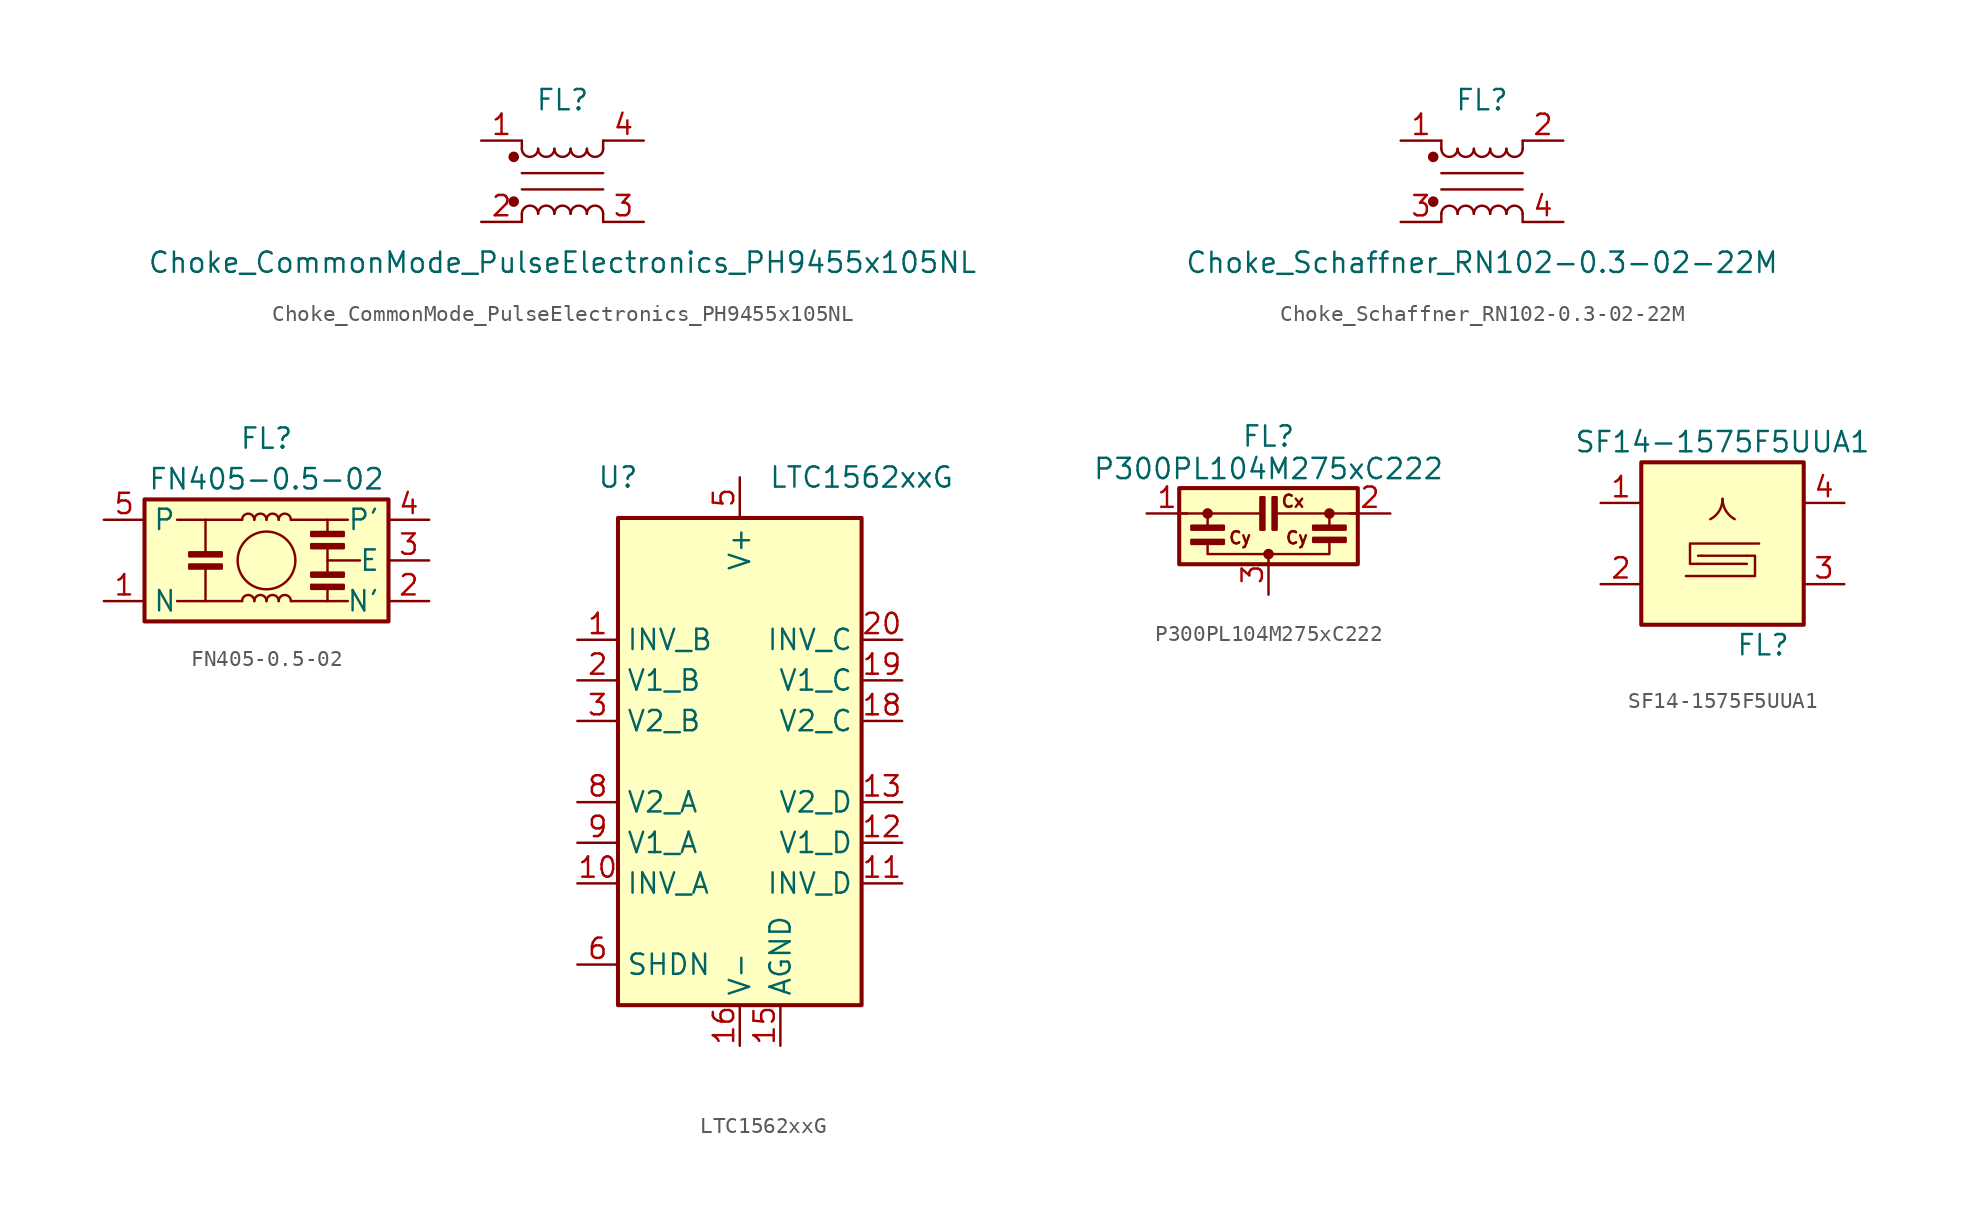
<source format=kicad_sym>
(kicad_symbol_lib
  (version 20241209)
  (generator "kicad_symbol_editor")
  (generator_version "9.0")
  (symbol "Choke_CommonMode_PulseElectronics_PH9455x105NL"
    (pin_names
      (hide yes))
    (property "Reference" "FL"
      (at 0 5.08 0)
      (effects (font (size 1.27 1.27))))
    (property "Value" "Choke_CommonMode_PulseElectronics_PH9455x105NL"
      (at 0 -5.08 0)
      (effects (font (size 1.27 1.27))))
    (symbol "Choke_CommonMode_PulseElectronics_PH9455x105NL_1_1"
      (circle (center -3.048 1.524) (radius 0.254) (stroke (width 0) (type default)) (fill (type outline)))
      (circle (center -3.048 -1.27) (radius 0.254) (stroke (width 0) (type default)) (fill (type outline)))
      (polyline (pts (xy -2.54 2.032) (xy -2.54 2.54)) (stroke (width 0) (type default)) (fill (type none)))
      (polyline (pts (xy -2.54 0.508) (xy 2.54 0.508)) (stroke (width 0) (type default)) (fill (type none)))
      (polyline (pts (xy -2.54 -2.032) (xy -2.54 -2.54)) (stroke (width 0) (type default)) (fill (type none)))
      (arc (start -1.524 2.032) (mid -2.032 1.5262) (end -2.54 2.032) (stroke (width 0) (type default)) (fill (type none)))
      (arc (start -2.54 -2.032) (mid -2.032 -1.5262) (end -1.524 -2.032) (stroke (width 0) (type default)) (fill (type none)))
      (arc (start -0.508 2.032) (mid -1.016 1.5262) (end -1.524 2.032) (stroke (width 0) (type default)) (fill (type none)))
      (arc (start -1.524 -2.032) (mid -1.016 -1.5262) (end -0.508 -2.032) (stroke (width 0) (type default)) (fill (type none)))
      (arc (start 0.508 2.032) (mid 0 1.5262) (end -0.508 2.032) (stroke (width 0) (type default)) (fill (type none)))
      (arc (start -0.508 -2.032) (mid 0 -1.5262) (end 0.508 -2.032) (stroke (width 0) (type default)) (fill (type none)))
      (arc (start 1.524 2.032) (mid 1.016 1.5262) (end 0.508 2.032) (stroke (width 0) (type default)) (fill (type none)))
      (arc (start 0.508 -2.032) (mid 1.016 -1.5262) (end 1.524 -2.032) (stroke (width 0) (type default)) (fill (type none)))
      (arc (start 2.54 2.032) (mid 2.032 1.5262) (end 1.524 2.032) (stroke (width 0) (type default)) (fill (type none)))
      (arc (start 1.524 -2.032) (mid 2.032 -1.5262) (end 2.54 -2.032) (stroke (width 0) (type default)) (fill (type none)))
      (polyline (pts (xy 2.54 2.54) (xy 2.54 2.032)) (stroke (width 0) (type default)) (fill (type none)))
      (polyline (pts (xy 2.54 -0.508) (xy -2.54 -0.508)) (stroke (width 0) (type default)) (fill (type none)))
      (polyline (pts (xy 2.54 -2.032) (xy 2.54 -2.54)) (stroke (width 0) (type default)) (fill (type none)))
      (pin passive line (at -5.08 2.54 0) (length 2.54) (name "1" (effects (font (size 1.27 1.27)))) (number "1" (effects (font (size 1.27 1.27)))))
      (pin passive line (at -5.08 -2.54 0) (length 2.54) (name "2" (effects (font (size 1.27 1.27)))) (number "2" (effects (font (size 1.27 1.27)))))
      (pin passive line (at 5.08 2.54 180) (length 2.54) (name "4" (effects (font (size 1.27 1.27)))) (number "4" (effects (font (size 1.27 1.27)))))
      (pin passive line (at 5.08 -2.54 180) (length 2.54) (name "3" (effects (font (size 1.27 1.27)))) (number "3" (effects (font (size 1.27 1.27)))))))
  (symbol "Choke_Schaffner_RN102-0.3-02-22M"
    (pin_names
      (hide yes))
    (property "Reference" "FL"
      (at 0 5.08 0)
      (effects (font (size 1.27 1.27))))
    (property "Value" "Choke_Schaffner_RN102-0.3-02-22M"
      (at 0 -5.08 0)
      (effects (font (size 1.27 1.27))))
    (symbol "Choke_Schaffner_RN102-0.3-02-22M_1_1"
      (circle (center -3.048 1.524) (radius 0.254) (stroke (width 0) (type default)) (fill (type outline)))
      (circle (center -3.048 -1.27) (radius 0.254) (stroke (width 0) (type default)) (fill (type outline)))
      (polyline (pts (xy -2.54 2.032) (xy -2.54 2.54)) (stroke (width 0) (type default)) (fill (type none)))
      (polyline (pts (xy -2.54 0.508) (xy 2.54 0.508)) (stroke (width 0) (type default)) (fill (type none)))
      (polyline (pts (xy -2.54 -2.032) (xy -2.54 -2.54)) (stroke (width 0) (type default)) (fill (type none)))
      (arc (start -1.524 2.032) (mid -2.032 1.5262) (end -2.54 2.032) (stroke (width 0) (type default)) (fill (type none)))
      (arc (start -2.54 -2.032) (mid -2.032 -1.5262) (end -1.524 -2.032) (stroke (width 0) (type default)) (fill (type none)))
      (arc (start -0.508 2.032) (mid -1.016 1.5262) (end -1.524 2.032) (stroke (width 0) (type default)) (fill (type none)))
      (arc (start -1.524 -2.032) (mid -1.016 -1.5262) (end -0.508 -2.032) (stroke (width 0) (type default)) (fill (type none)))
      (arc (start 0.508 2.032) (mid 0 1.5262) (end -0.508 2.032) (stroke (width 0) (type default)) (fill (type none)))
      (arc (start -0.508 -2.032) (mid 0 -1.5262) (end 0.508 -2.032) (stroke (width 0) (type default)) (fill (type none)))
      (arc (start 1.524 2.032) (mid 1.016 1.5262) (end 0.508 2.032) (stroke (width 0) (type default)) (fill (type none)))
      (arc (start 0.508 -2.032) (mid 1.016 -1.5262) (end 1.524 -2.032) (stroke (width 0) (type default)) (fill (type none)))
      (arc (start 2.54 2.032) (mid 2.032 1.5262) (end 1.524 2.032) (stroke (width 0) (type default)) (fill (type none)))
      (arc (start 1.524 -2.032) (mid 2.032 -1.5262) (end 2.54 -2.032) (stroke (width 0) (type default)) (fill (type none)))
      (polyline (pts (xy 2.54 2.54) (xy 2.54 2.032)) (stroke (width 0) (type default)) (fill (type none)))
      (polyline (pts (xy 2.54 -0.508) (xy -2.54 -0.508)) (stroke (width 0) (type default)) (fill (type none)))
      (polyline (pts (xy 2.54 -2.032) (xy 2.54 -2.54)) (stroke (width 0) (type default)) (fill (type none)))
      (pin passive line (at -5.08 2.54 0) (length 2.54) (name "1" (effects (font (size 1.27 1.27)))) (number "1" (effects (font (size 1.27 1.27)))))
      (pin passive line (at -5.08 -2.54 0) (length 2.54) (name "3" (effects (font (size 1.27 1.27)))) (number "3" (effects (font (size 1.27 1.27)))))
      (pin passive line (at 5.08 2.54 180) (length 2.54) (name "2" (effects (font (size 1.27 1.27)))) (number "2" (effects (font (size 1.27 1.27)))))
      (pin passive line (at 5.08 -2.54 180) (length 2.54) (name "4" (effects (font (size 1.27 1.27)))) (number "4" (effects (font (size 1.27 1.27)))))))
  (symbol "FN405-0.5-02"
    (property "Reference" "FL"
      (at 0 7.62 0)
      (effects (font (size 1.27 1.27))))
    (property "Value" "FN405-0.5-02"
      (at 0 5.08 0)
      (effects (font (size 1.27 1.27))))
    (symbol "FN405-0.5-02_0_1"
      (rectangle (start -7.62 3.81) (end 7.62 -3.81) (stroke (width 0.254) (type default)) (fill (type background)))
      (rectangle (start -4.826 0.254) (end -2.794 0.508) (stroke (width 0) (type default)) (fill (type outline)))
      (rectangle (start -4.826 -0.254) (end -2.794 -0.508) (stroke (width 0) (type default)) (fill (type outline)))
      (polyline (pts (xy -3.81 0.508) (xy -3.81 2.54)) (stroke (width 0) (type default)) (fill (type none)))
      (polyline (pts (xy -3.81 -0.508) (xy -3.81 -2.54)) (stroke (width 0) (type default)) (fill (type none)))
      (polyline (pts (xy -1.524 2.54) (xy -5.588 2.54)) (stroke (width 0) (type default)) (fill (type none)))
      (polyline (pts (xy -1.524 -2.54) (xy -5.588 -2.54)) (stroke (width 0) (type default)) (fill (type none)))
      (arc (start -1.524 2.54) (mid -1.143 2.9194) (end -0.762 2.54) (stroke (width 0) (type default)) (fill (type none)))
      (arc (start -1.524 -2.54) (mid -1.143 -2.1606) (end -0.762 -2.54) (stroke (width 0) (type default)) (fill (type none)))
      (arc (start -0.762 2.54) (mid -0.381 2.9194) (end 0 2.54) (stroke (width 0) (type default)) (fill (type none)))
      (arc (start -0.762 -2.54) (mid -0.381 -2.1606) (end 0 -2.54) (stroke (width 0) (type default)) (fill (type none)))
      (circle (center 0 0) (radius 1.803) (stroke (width 0) (type default)) (fill (type none)))
      (arc (start 0 2.54) (mid 0.381 2.9194) (end 0.762 2.54) (stroke (width 0) (type default)) (fill (type none)))
      (arc (start 0 -2.54) (mid 0.381 -2.1606) (end 0.762 -2.54) (stroke (width 0) (type default)) (fill (type none)))
      (arc (start 0.762 2.54) (mid 1.143 2.9194) (end 1.524 2.54) (stroke (width 0) (type default)) (fill (type none)))
      (arc (start 0.762 -2.54) (mid 1.143 -2.1606) (end 1.524 -2.54) (stroke (width 0) (type default)) (fill (type none)))
      (polyline (pts (xy 1.524 -2.54) (xy 5.08 -2.54)) (stroke (width 0) (type default)) (fill (type none)))
      (rectangle (start 2.794 1.524) (end 4.826 1.778) (stroke (width 0) (type default)) (fill (type outline)))
      (rectangle (start 2.794 1.016) (end 4.826 0.762) (stroke (width 0) (type default)) (fill (type outline)))
      (rectangle (start 2.794 -1.016) (end 4.826 -0.762) (stroke (width 0) (type default)) (fill (type outline)))
      (rectangle (start 2.794 -1.524) (end 4.826 -1.778) (stroke (width 0) (type default)) (fill (type outline)))
      (polyline (pts (xy 3.81 1.778) (xy 3.81 2.54)) (stroke (width 0) (type default)) (fill (type none)))
      (polyline (pts (xy 3.81 0.762) (xy 3.81 -0.762)) (stroke (width 0) (type default)) (fill (type none)))
      (polyline (pts (xy 3.81 0) (xy 5.842 0)) (stroke (width 0) (type default)) (fill (type none)))
      (polyline (pts (xy 3.81 -1.778) (xy 3.81 -2.54)) (stroke (width 0) (type default)) (fill (type none)))
      (polyline (pts (xy 5.08 2.54) (xy 1.524 2.54)) (stroke (width 0) (type default)) (fill (type none))))
    (symbol "FN405-0.5-02_1_1"
      (pin passive line (at -10.16 2.54 0) (length 2.54) (name "P" (effects (font (size 1.27 1.27)))) (number "5" (effects (font (size 1.27 1.27)))))
      (pin passive line (at -10.16 -2.54 0) (length 2.54) (name "N" (effects (font (size 1.27 1.27)))) (number "1" (effects (font (size 1.27 1.27)))))
      (pin passive line (at 10.16 2.54 180) (length 2.54) (name "P'" (effects (font (size 1.27 1.27)))) (number "4" (effects (font (size 1.27 1.27)))))
      (pin passive line (at 10.16 0 180) (length 2.54) (name "E" (effects (font (size 1.27 1.27)))) (number "3" (effects (font (size 1.27 1.27)))))
      (pin passive line (at 10.16 -2.54 180) (length 2.54) (name "N'" (effects (font (size 1.27 1.27)))) (number "2" (effects (font (size 1.27 1.27)))))))
  (symbol "LTC1562xxG"
    (property "Reference" "U"
      (at -7.62 17.78 0)
      (effects (font (size 1.27 1.27))))
    (property "Value" "LTC1562xxG"
      (at 7.62 17.78 0)
      (effects (font (size 1.27 1.27))))
    (symbol "LTC1562xxG_0_1"
      (rectangle (start -7.62 15.24) (end 7.62 -15.24) (stroke (width 0.254) (type default)) (fill (type background))))
    (symbol "LTC1562xxG_1_1"
      (pin input line (at -10.16 7.62 0) (length 2.54) (name "INV_B" (effects (font (size 1.27 1.27)))) (number "1" (effects (font (size 1.27 1.27)))))
      (pin output line (at -10.16 5.08 0) (length 2.54) (name "V1_B" (effects (font (size 1.27 1.27)))) (number "2" (effects (font (size 1.27 1.27)))))
      (pin output line (at -10.16 2.54 0) (length 2.54) (name "V2_B" (effects (font (size 1.27 1.27)))) (number "3" (effects (font (size 1.27 1.27)))))
      (pin output line (at -10.16 -2.54 0) (length 2.54) (name "V2_A" (effects (font (size 1.27 1.27)))) (number "8" (effects (font (size 1.27 1.27)))))
      (pin output line (at -10.16 -5.08 0) (length 2.54) (name "V1_A" (effects (font (size 1.27 1.27)))) (number "9" (effects (font (size 1.27 1.27)))))
      (pin input line (at -10.16 -7.62 0) (length 2.54) (name "INV_A" (effects (font (size 1.27 1.27)))) (number "10" (effects (font (size 1.27 1.27)))))
      (pin input line (at -10.16 -12.7 0) (length 2.54) (name "SHDN" (effects (font (size 1.27 1.27)))) (number "6" (effects (font (size 1.27 1.27)))))
      (pin power_in line (at 0 17.78 270) (length 2.54) (name "V+" (effects (font (size 1.27 1.27)))) (number "5" (effects (font (size 1.27 1.27)))))
      (pin passive line (at 0 -17.78 90) (length 2.54) (hide yes) (name "V-" (effects (font (size 1.27 1.27)))) (number "14" (effects (font (size 1.27 1.27)))))
      (pin power_in line (at 0 -17.78 90) (length 2.54) (name "V-" (effects (font (size 1.27 1.27)))) (number "16" (effects (font (size 1.27 1.27)))))
      (pin passive line (at 0 -17.78 90) (length 2.54) (hide yes) (name "V-" (effects (font (size 1.27 1.27)))) (number "17" (effects (font (size 1.27 1.27)))))
      (pin passive line (at 0 -17.78 90) (length 2.54) (hide yes) (name "V-" (effects (font (size 1.27 1.27)))) (number "4" (effects (font (size 1.27 1.27)))))
      (pin passive line (at 0 -17.78 90) (length 2.54) (hide yes) (name "V-" (effects (font (size 1.27 1.27)))) (number "7" (effects (font (size 1.27 1.27)))))
      (pin power_in line (at 2.54 -17.78 90) (length 2.54) (name "AGND" (effects (font (size 1.27 1.27)))) (number "15" (effects (font (size 1.27 1.27)))))
      (pin input line (at 10.16 7.62 180) (length 2.54) (name "INV_C" (effects (font (size 1.27 1.27)))) (number "20" (effects (font (size 1.27 1.27)))))
      (pin output line (at 10.16 5.08 180) (length 2.54) (name "V1_C" (effects (font (size 1.27 1.27)))) (number "19" (effects (font (size 1.27 1.27)))))
      (pin output line (at 10.16 2.54 180) (length 2.54) (name "V2_C" (effects (font (size 1.27 1.27)))) (number "18" (effects (font (size 1.27 1.27)))))
      (pin output line (at 10.16 -2.54 180) (length 2.54) (name "V2_D" (effects (font (size 1.27 1.27)))) (number "13" (effects (font (size 1.27 1.27)))))
      (pin output line (at 10.16 -5.08 180) (length 2.54) (name "V1_D" (effects (font (size 1.27 1.27)))) (number "12" (effects (font (size 1.27 1.27)))))
      (pin input line (at 10.16 -7.62 180) (length 2.54) (name "INV_D" (effects (font (size 1.27 1.27)))) (number "11" (effects (font (size 1.27 1.27)))))))
  (symbol "P300PL104M275xC222"
    (pin_names
      (offset 0.254)
      (hide yes))
    (property "Reference" "FL"
      (at 0 7.366 0)
      (effects (font (size 1.27 1.27))))
    (property "Value" "P300PL104M275xC222"
      (at 0 5.334 0)
      (effects (font (size 1.27 1.27))))
    (symbol "P300PL104M275xC222_0_1"
      (rectangle (start -5.588 4.128) (end 5.588 -0.635) (stroke (width 0.254) (type default)) (fill (type background)))
      (rectangle (start -4.826 1.778) (end -2.794 1.524) (stroke (width 0) (type default)) (fill (type outline)))
      (rectangle (start -4.826 0.889) (end -2.794 0.635) (stroke (width 0) (type default)) (fill (type outline)))
      (circle (center -3.81 2.54) (radius 0.254) (stroke (width 0) (type default)) (fill (type outline)))
      (polyline (pts (xy -3.81 2.54) (xy -5.588 2.54)) (stroke (width 0) (type default)) (fill (type none)))
      (polyline (pts (xy -3.81 0.635) (xy -3.81 0) (xy 3.81 0) (xy 3.81 0.762)) (stroke (width 0) (type default)) (fill (type none)))
      (rectangle (start -0.508 3.556) (end -0.254 1.524) (stroke (width 0) (type default)) (fill (type outline)))
      (polyline (pts (xy -0.508 2.54) (xy -3.81 2.54) (xy -3.81 1.778)) (stroke (width 0) (type default)) (fill (type none)))
      (circle (center 0 0) (radius 0.254) (stroke (width 0) (type default)) (fill (type outline)))
      (rectangle (start 0.254 3.556) (end 0.508 1.524) (stroke (width 0) (type default)) (fill (type outline)))
      (polyline (pts (xy 0.508 2.54) (xy 3.81 2.54) (xy 3.81 1.778)) (stroke (width 0) (type default)) (fill (type none)))
      (rectangle (start 2.794 0.762) (end 4.826 1.016) (stroke (width 0) (type default)) (fill (type outline)))
      (polyline (pts (xy 3.81 2.54) (xy 5.588 2.54)) (stroke (width 0) (type default)) (fill (type none)))
      (circle (center 3.81 2.54) (radius 0.254) (stroke (width 0) (type default)) (fill (type outline)))
      (rectangle (start 4.826 1.524) (end 2.794 1.778) (stroke (width 0) (type default)) (fill (type outline))))
    (symbol "P300PL104M275xC222_1_1"
      (text "Cy" (at -1.778 1.016 0) (effects (font (size 0.762 0.762))))
      (text "Cx" (at 1.524 3.302 0) (effects (font (size 0.762 0.762))))
      (text "Cy" (at 1.778 1.016 0) (effects (font (size 0.762 0.762))))
      (pin passive line (at -7.62 2.54 0) (length 2.54) (name "1" (effects (font (size 1.27 1.27)))) (number "1" (effects (font (size 1.27 1.27)))))
      (pin passive line (at 0 -2.54 90) (length 2.54) (name "3" (effects (font (size 1.27 1.27)))) (number "3" (effects (font (size 1.27 1.27)))))
      (pin passive line (at 7.62 2.54 180) (length 2.54) (name "2" (effects (font (size 1.27 1.27)))) (number "2" (effects (font (size 1.27 1.27)))))))
  (symbol "SF14-1575F5UUA1"
    (pin_names
      (offset 1.016))
    (property "Reference" "FL"
      (at 2.54 -6.35 0)
      (effects (font (size 1.27 1.27))))
    (property "Value" "SF14-1575F5UUA1"
      (at 0 6.35 0)
      (effects (font (size 1.27 1.27))))
    (symbol "SF14-1575F5UUA1_0_1"
      (rectangle (start -5.08 5.08) (end 5.08 -5.08) (stroke (width 0.254) (type default)) (fill (type background)))
      (polyline (pts (xy -1.524 -0.762) (xy -1.27 -0.762)) (stroke (width 0) (type default)) (fill (type none)))
      (polyline (pts (xy -1.524 -1.27) (xy -2.032 -1.27) (xy -2.032 0) (xy 2.286 0)) (stroke (width 0) (type default)) (fill (type none)))
      (arc (start 0 2.794) (mid -0.1994 2.05) (end -0.762 1.524) (stroke (width 0) (type default)) (fill (type none)))
      (arc (start 0.762 1.524) (mid 0.2071 2.0547) (end 0 2.794) (stroke (width 0) (type default)) (fill (type none)))
      (polyline (pts (xy 1.524 -0.762) (xy -1.27 -0.762)) (stroke (width 0) (type default)) (fill (type none)))
      (polyline (pts (xy 1.524 -0.762) (xy 2.032 -0.762) (xy 2.032 -2.032) (xy -2.286 -2.032)) (stroke (width 0) (type default)) (fill (type none)))
      (polyline (pts (xy 1.524 -1.27) (xy -1.524 -1.27)) (stroke (width 0) (type default)) (fill (type none))))
    (symbol "SF14-1575F5UUA1_1_1"
      (pin passive line (at -7.62 2.54 0) (length 2.54) (name "~" (effects (font (size 1.27 1.27)))) (number "1" (effects (font (size 1.27 1.27)))))
      (pin passive line (at -7.62 -2.54 0) (length 2.54) (name "~" (effects (font (size 1.27 1.27)))) (number "2" (effects (font (size 1.27 1.27)))))
      (pin passive line (at -7.62 -2.54 0) (length 2.54) (hide yes) (name "~" (effects (font (size 1.27 1.27)))) (number "5" (effects (font (size 1.27 1.27)))))
      (pin passive line (at 7.62 2.54 180) (length 2.54) (name "~" (effects (font (size 1.27 1.27)))) (number "4" (effects (font (size 1.27 1.27)))))
      (pin passive line (at 7.62 -2.54 180) (length 2.54) (name "~" (effects (font (size 1.27 1.27)))) (number "3" (effects (font (size 1.27 1.27))))))))
</source>
